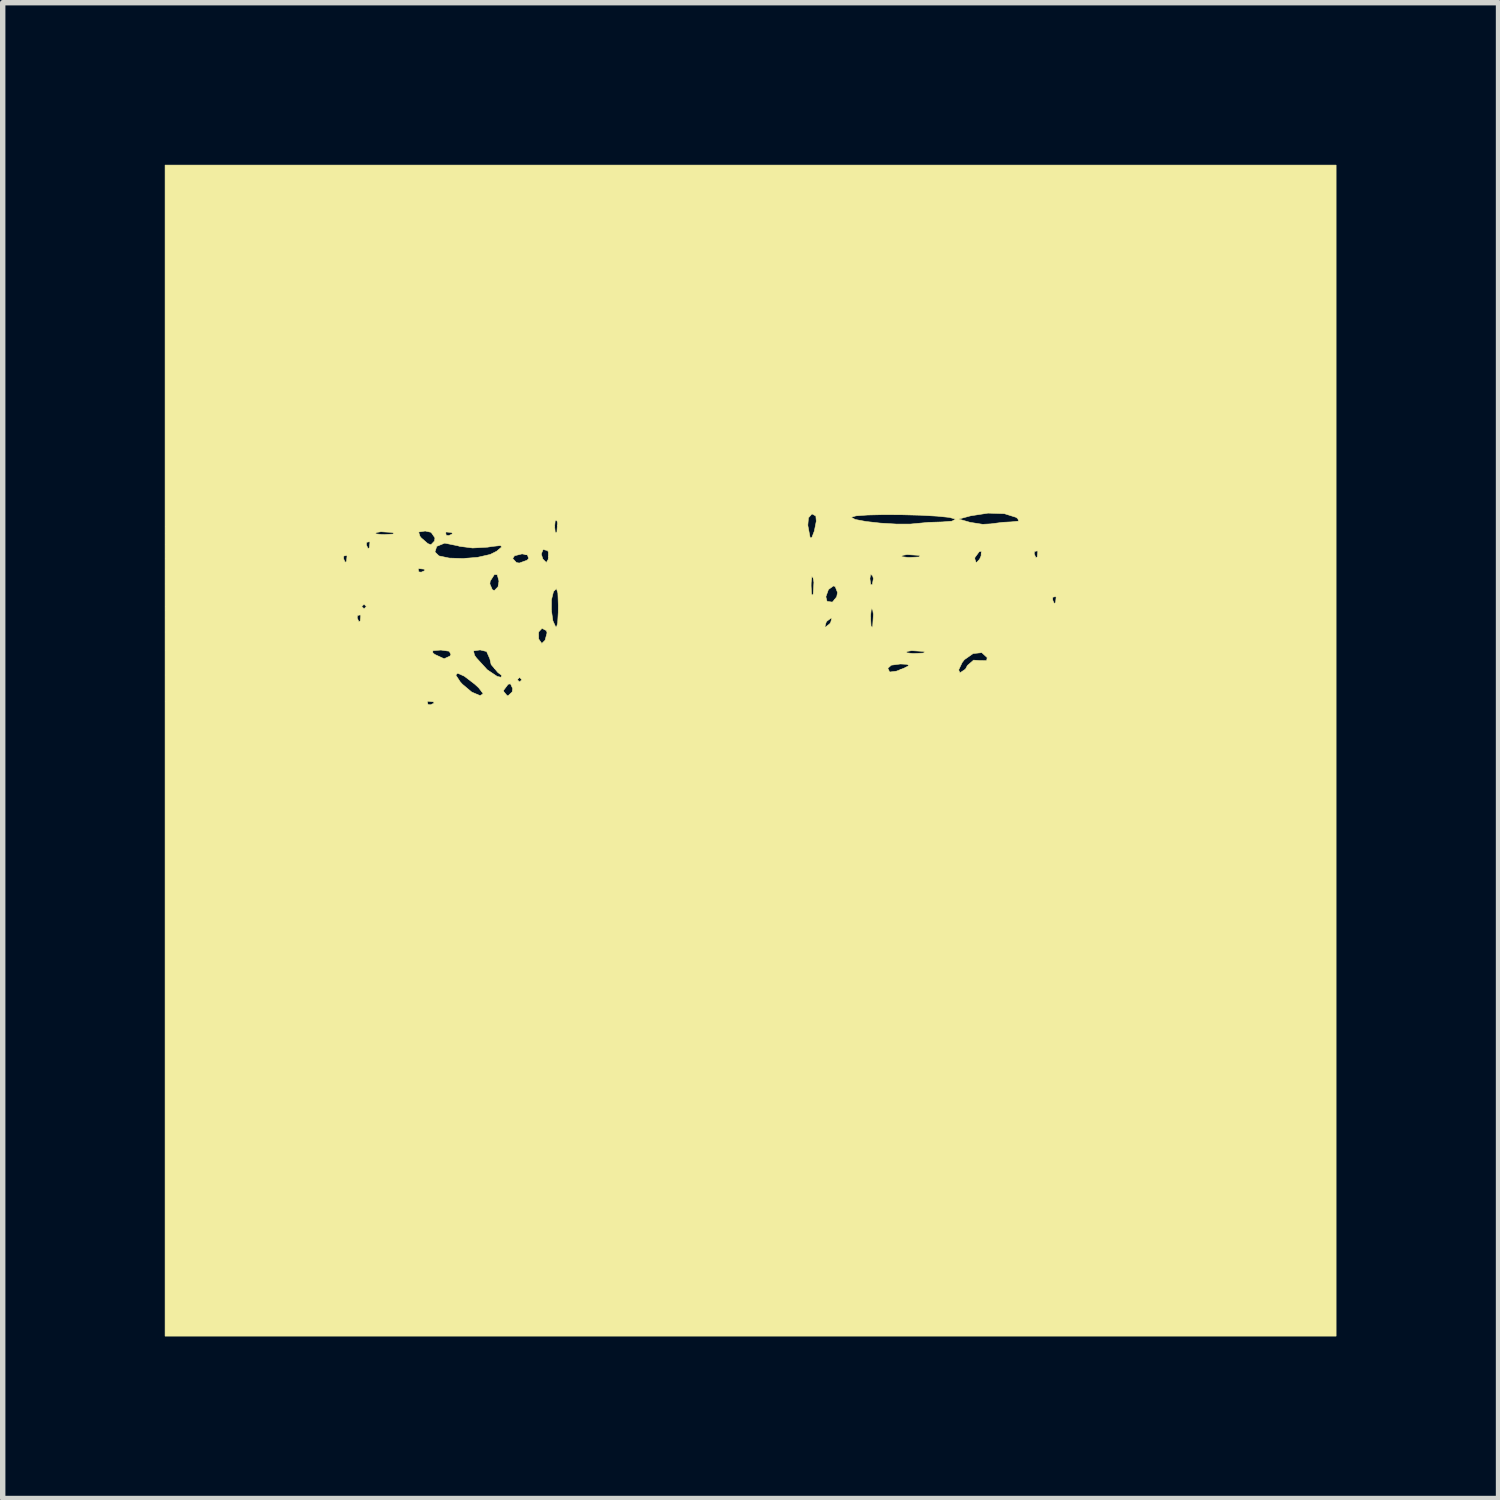
<source format=kicad_pcb>
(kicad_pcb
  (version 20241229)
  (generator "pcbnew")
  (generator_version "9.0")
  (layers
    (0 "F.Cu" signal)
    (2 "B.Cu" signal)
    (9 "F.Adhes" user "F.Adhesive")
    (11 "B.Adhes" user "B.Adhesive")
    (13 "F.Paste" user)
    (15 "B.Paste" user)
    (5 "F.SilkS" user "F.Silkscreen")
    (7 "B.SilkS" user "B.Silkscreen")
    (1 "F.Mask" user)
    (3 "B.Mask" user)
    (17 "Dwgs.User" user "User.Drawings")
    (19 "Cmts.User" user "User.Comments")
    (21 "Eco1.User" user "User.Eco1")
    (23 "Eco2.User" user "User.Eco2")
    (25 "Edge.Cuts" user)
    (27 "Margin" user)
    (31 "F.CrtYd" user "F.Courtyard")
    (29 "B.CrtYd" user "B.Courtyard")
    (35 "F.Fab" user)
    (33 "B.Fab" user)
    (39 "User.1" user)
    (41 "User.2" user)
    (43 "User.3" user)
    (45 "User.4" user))
  (footprint "unamused_bw"
    (layer "F.Cu")
    (at 10.842 10.842)
    (property "Reference" "unamused_bw" (at 0 0 0) (layer "F.SilkS") (effects (font (size 1.524 1.524) (thickness 0.3))))
    (attr through_hole)
    (fp_poly (pts (xy 10.837 10.837) (xy -10.837 10.837) (xy -10.837 -0.903) (xy -5.983 -0.903) (xy -5.971 -0.853) (xy -5.927 -0.847) (xy -5.857 -0.878) (xy -5.863 -0.889) (xy 3.302 -0.889) (xy 3.344 -0.847) (xy 3.387 -0.889) (xy 3.344 -0.931) (xy 3.302 -0.889) (xy -5.863 -0.889) (xy -5.87 -0.903) (xy -5.971 -0.913) (xy -5.983 -0.903) (xy -10.837 -0.903) (xy -10.837 -1.398) (xy -5.456 -1.398) (xy -5.375 -1.273) (xy -5.334 -1.228) (xy -5.161 -1.083) (xy -5.011 -1.019) (xy -5.002 -1.019) (xy -4.95 -1.054) (xy -4.981 -1.096) (xy -4.572 -1.096) (xy -4.507 -1.018) (xy -4.487 -1.016) (xy -4.413 -1.085) (xy -4.403 -1.148) (xy -4.444 -1.236) (xy -4.487 -1.228) (xy -4.569 -1.119) (xy -4.572 -1.096) (xy -4.981 -1.096) (xy -5.033 -1.163) (xy -5.106 -1.23) (xy -5.213 -1.312) (xy -4.318 -1.312) (xy -4.276 -1.27) (xy -4.233 -1.312) (xy -4.276 -1.355) (xy -4.318 -1.312) (xy -5.213 -1.312) (xy -5.298 -1.377) (xy -5.423 -1.433) (xy -5.456 -1.398) (xy -10.837 -1.398) (xy -10.837 -1.849) (xy -5.882 -1.849) (xy -5.88 -1.806) (xy -5.842 -1.778) (xy -5.672 -1.7) (xy -5.566 -1.748) (xy -5.546 -1.778) (xy -5.577 -1.839) (xy -5.62 -1.845) (xy -5.129 -1.845) (xy -5.109 -1.764) (xy -5.073 -1.714) (xy -4.874 -1.496) (xy -4.69 -1.373) (xy -4.619 -1.357) (xy -4.606 -1.392) (xy -4.678 -1.446) (xy -4.743 -1.524) (xy 2.54 -1.524) (xy 2.574 -1.454) (xy 2.699 -1.47) (xy 2.757 -1.493) (xy 3.851 -1.493) (xy 3.875 -1.439) (xy 3.976 -1.507) (xy 4.014 -1.576) (xy 4.127 -1.674) (xy 4.239 -1.667) (xy 4.368 -1.665) (xy 4.379 -1.721) (xy 4.279 -1.813) (xy 4.119 -1.796) (xy 3.957 -1.683) (xy 3.916 -1.63) (xy 3.851 -1.493) (xy 2.757 -1.493) (xy 2.836 -1.524) (xy 2.937 -1.576) (xy 2.89 -1.597) (xy 2.773 -1.603) (xy 2.604 -1.581) (xy 2.54 -1.524) (xy -4.743 -1.524) (xy -4.802 -1.593) (xy -4.826 -1.698) (xy -4.876 -1.812) (xy 2.873 -1.812) (xy 2.991 -1.798) (xy 3.048 -1.798) (xy 3.202 -1.806) (xy 3.22 -1.828) (xy 3.196 -1.836) (xy 2.981 -1.85) (xy 2.9 -1.836) (xy 2.873 -1.812) (xy -4.876 -1.812) (xy -4.886 -1.834) (xy -5.006 -1.863) (xy -5.129 -1.845) (xy -5.62 -1.845) (xy -5.731 -1.861) (xy -5.882 -1.849) (xy -10.837 -1.849) (xy -10.837 -2.194) (xy -3.924 -2.194) (xy -3.922 -2.067) (xy -3.922 -2.065) (xy -3.864 -1.983) (xy -3.804 -2.042) (xy -3.767 -2.179) (xy -3.779 -2.22) (xy -3.86 -2.263) (xy -3.924 -2.194) (xy -10.837 -2.194) (xy -10.837 -2.455) (xy -7.281 -2.455) (xy -7.25 -2.386) (xy -7.225 -2.399) (xy -7.215 -2.499) (xy -7.225 -2.512) (xy -7.275 -2.5) (xy -7.281 -2.455) (xy -10.837 -2.455) (xy -10.837 -2.592) (xy -3.686 -2.592) (xy -3.659 -2.402) (xy -3.609 -2.293) (xy -3.592 -2.286) (xy -3.59 -2.292) (xy 1.375 -2.292) (xy 1.387 -2.286) (xy 1.464 -2.346) (xy 1.482 -2.371) (xy 1.503 -2.45) (xy 1.492 -2.455) (xy 2.221 -2.455) (xy 2.23 -2.301) (xy 2.252 -2.283) (xy 2.26 -2.307) (xy 2.273 -2.522) (xy 2.26 -2.603) (xy 2.235 -2.63) (xy 2.222 -2.513) (xy 2.221 -2.455) (xy 1.492 -2.455) (xy 1.414 -2.396) (xy 1.397 -2.371) (xy 1.375 -2.292) (xy -3.59 -2.292) (xy -3.571 -2.362) (xy -3.56 -2.555) (xy -3.559 -2.688) (xy -3.564 -2.847) (xy 1.393 -2.847) (xy 1.415 -2.762) (xy 1.514 -2.748) (xy 1.552 -2.794) (xy 5.588 -2.794) (xy 5.619 -2.724) (xy 5.644 -2.738) (xy 5.655 -2.838) (xy 5.644 -2.85) (xy 5.594 -2.839) (xy 5.588 -2.794) (xy 1.552 -2.794) (xy 1.594 -2.846) (xy 1.609 -2.926) (xy 1.566 -3.035) (xy 1.533 -3.048) (xy 1.441 -2.981) (xy 1.393 -2.847) (xy -3.564 -2.847) (xy -3.567 -2.918) (xy -3.593 -2.998) (xy -3.643 -2.949) (xy -3.649 -2.939) (xy -3.685 -2.794) (xy -3.686 -2.592) (xy -10.837 -2.592) (xy -10.837 -2.667) (xy -7.197 -2.667) (xy -7.154 -2.625) (xy -7.112 -2.667) (xy -7.154 -2.709) (xy -7.197 -2.667) (xy -10.837 -2.667) (xy -10.837 -3.085) (xy -4.826 -3.085) (xy -4.779 -2.976) (xy -4.741 -2.963) (xy -4.673 -3.034) (xy -4.671 -3.048) (xy 1.12 -3.048) (xy 1.129 -2.894) (xy 1.151 -2.876) (xy 1.159 -2.9) (xy 1.172 -3.115) (xy 1.161 -3.182) (xy 2.208 -3.182) (xy 2.224 -3.072) (xy 2.252 -3.071) (xy 2.273 -3.184) (xy 2.259 -3.233) (xy 2.222 -3.265) (xy 2.208 -3.182) (xy 1.161 -3.182) (xy 1.159 -3.196) (xy 1.134 -3.223) (xy 1.121 -3.105) (xy 1.12 -3.048) (xy -4.671 -3.048) (xy -4.657 -3.138) (xy -4.689 -3.255) (xy -4.741 -3.26) (xy -4.819 -3.137) (xy -4.826 -3.085) (xy -10.837 -3.085) (xy -10.837 -3.358) (xy -6.152 -3.358) (xy -6.141 -3.308) (xy -6.096 -3.302) (xy -6.026 -3.333) (xy -6.04 -3.358) (xy -6.14 -3.369) (xy -6.152 -3.358) (xy -10.837 -3.358) (xy -10.837 -3.556) (xy -7.535 -3.556) (xy -7.504 -3.486) (xy -7.479 -3.5) (xy -7.469 -3.6) (xy -7.479 -3.612) (xy -7.529 -3.601) (xy -7.535 -3.556) (xy -10.837 -3.556) (xy -10.837 -3.676) (xy -5.842 -3.676) (xy -5.767 -3.603) (xy -5.577 -3.563) (xy -5.322 -3.555) (xy -5.305 -3.556) (xy -4.403 -3.556) (xy -4.334 -3.48) (xy -4.281 -3.471) (xy -4.137 -3.523) (xy -4.106 -3.556) (xy -4.132 -3.623) (xy -4.216 -3.638) (xy -3.874 -3.638) (xy -3.845 -3.545) (xy -3.78 -3.481) (xy -3.743 -3.544) (xy -3.743 -3.551) (xy 4.149 -3.551) (xy 4.176 -3.474) (xy 4.238 -3.541) (xy 4.266 -3.603) (xy 4.268 -3.641) (xy 5.249 -3.641) (xy 5.28 -3.571) (xy 5.306 -3.584) (xy 5.316 -3.685) (xy 5.306 -3.697) (xy 5.255 -3.685) (xy 5.249 -3.641) (xy 4.268 -3.641) (xy 4.272 -3.69) (xy 4.232 -3.682) (xy 4.152 -3.574) (xy 4.149 -3.551) (xy -3.743 -3.551) (xy -3.743 -3.59) (xy 2.789 -3.59) (xy 2.906 -3.576) (xy 2.963 -3.576) (xy 3.117 -3.584) (xy 3.136 -3.606) (xy 3.111 -3.614) (xy 2.897 -3.628) (xy 2.815 -3.614) (xy 2.789 -3.59) (xy -3.743 -3.59) (xy -3.743 -3.676) (xy -3.759 -3.702) (xy -3.84 -3.722) (xy -3.874 -3.638) (xy -4.216 -3.638) (xy -4.228 -3.641) (xy -4.369 -3.606) (xy -4.403 -3.556) (xy -5.305 -3.556) (xy -5.053 -3.577) (xy -4.819 -3.63) (xy -4.699 -3.69) (xy -4.606 -3.769) (xy -4.628 -3.795) (xy -4.787 -3.778) (xy -4.868 -3.765) (xy -5.144 -3.75) (xy -5.386 -3.781) (xy -5.419 -3.791) (xy -5.661 -3.84) (xy -5.809 -3.78) (xy -5.842 -3.676) (xy -10.837 -3.676) (xy -10.837 -3.81) (xy -7.112 -3.81) (xy -7.081 -3.74) (xy -7.056 -3.754) (xy -7.045 -3.854) (xy -7.056 -3.866) (xy -7.106 -3.855) (xy -7.112 -3.81) (xy -10.837 -3.81) (xy -10.837 -4.013) (xy -6.948 -4.013) (xy -6.831 -4) (xy -6.773 -3.999) (xy -6.619 -4.008) (xy -6.601 -4.03) (xy -6.625 -4.038) (xy -6.752 -4.045) (xy -6.144 -4.045) (xy -6.119 -3.966) (xy -6.096 -3.937) (xy -5.974 -3.831) (xy -5.916 -3.81) (xy -5.85 -3.879) (xy -5.842 -3.937) (xy -5.91 -4.036) (xy -5.644 -4.036) (xy -5.633 -3.985) (xy -5.588 -3.979) (xy -5.518 -4.01) (xy -5.532 -4.036) (xy -5.632 -4.046) (xy -5.644 -4.036) (xy -5.91 -4.036) (xy -5.914 -4.04) (xy -6.022 -4.064) (xy -6.144 -4.045) (xy -6.752 -4.045) (xy -6.84 -4.051) (xy -6.921 -4.038) (xy -6.948 -4.013) (xy -10.837 -4.013) (xy -10.837 -4.149) (xy -3.627 -4.149) (xy -3.614 -4.028) (xy -3.585 -4.043) (xy -3.576 -4.17) (xy 1.059 -4.17) (xy 1.059 -4.169) (xy 1.092 -3.994) (xy 1.103 -3.937) (xy 1.133 -3.941) (xy 1.18 -4.064) (xy 1.216 -4.246) (xy 1.21 -4.317) (xy 1.863 -4.317) (xy 1.939 -4.277) (xy 2.136 -4.24) (xy 2.403 -4.21) (xy 2.691 -4.193) (xy 2.951 -4.192) (xy 3.09 -4.205) (xy 3.294 -4.224) (xy 3.548 -4.232) (xy 3.549 -4.232) (xy 3.726 -4.246) (xy 3.789 -4.28) (xy 3.786 -4.285) (xy 3.852 -4.285) (xy 4.064 -4.224) (xy 4.295 -4.188) (xy 4.445 -4.196) (xy 4.668 -4.225) (xy 4.826 -4.233) (xy 4.962 -4.247) (xy 4.945 -4.294) (xy 4.911 -4.318) (xy 4.697 -4.385) (xy 4.395 -4.395) (xy 4.078 -4.346) (xy 4.064 -4.343) (xy 3.852 -4.285) (xy 3.786 -4.285) (xy 3.784 -4.287) (xy 3.679 -4.316) (xy 3.453 -4.339) (xy 3.148 -4.356) (xy 2.804 -4.365) (xy 2.463 -4.367) (xy 2.165 -4.36) (xy 1.952 -4.345) (xy 1.863 -4.319) (xy 1.863 -4.317) (xy 1.21 -4.317) (xy 1.208 -4.341) (xy 1.136 -4.381) (xy 1.071 -4.308) (xy 1.059 -4.17) (xy -3.576 -4.17) (xy -3.573 -4.216) (xy -3.585 -4.255) (xy -3.615 -4.265) (xy -3.627 -4.149) (xy -10.837 -4.149) (xy -10.837 -10.837) (xy 10.837 -10.837) (xy 10.837 10.837)) (stroke (width 0.01) (type solid)) (fill yes) (layer "F.SilkS")))
  (gr_rect
    (start -3 -3)
    (end 24.685 24.685)
    (stroke (width 0.1) (type default))
    (fill no)
    (layer "Edge.Cuts")))
</source>
